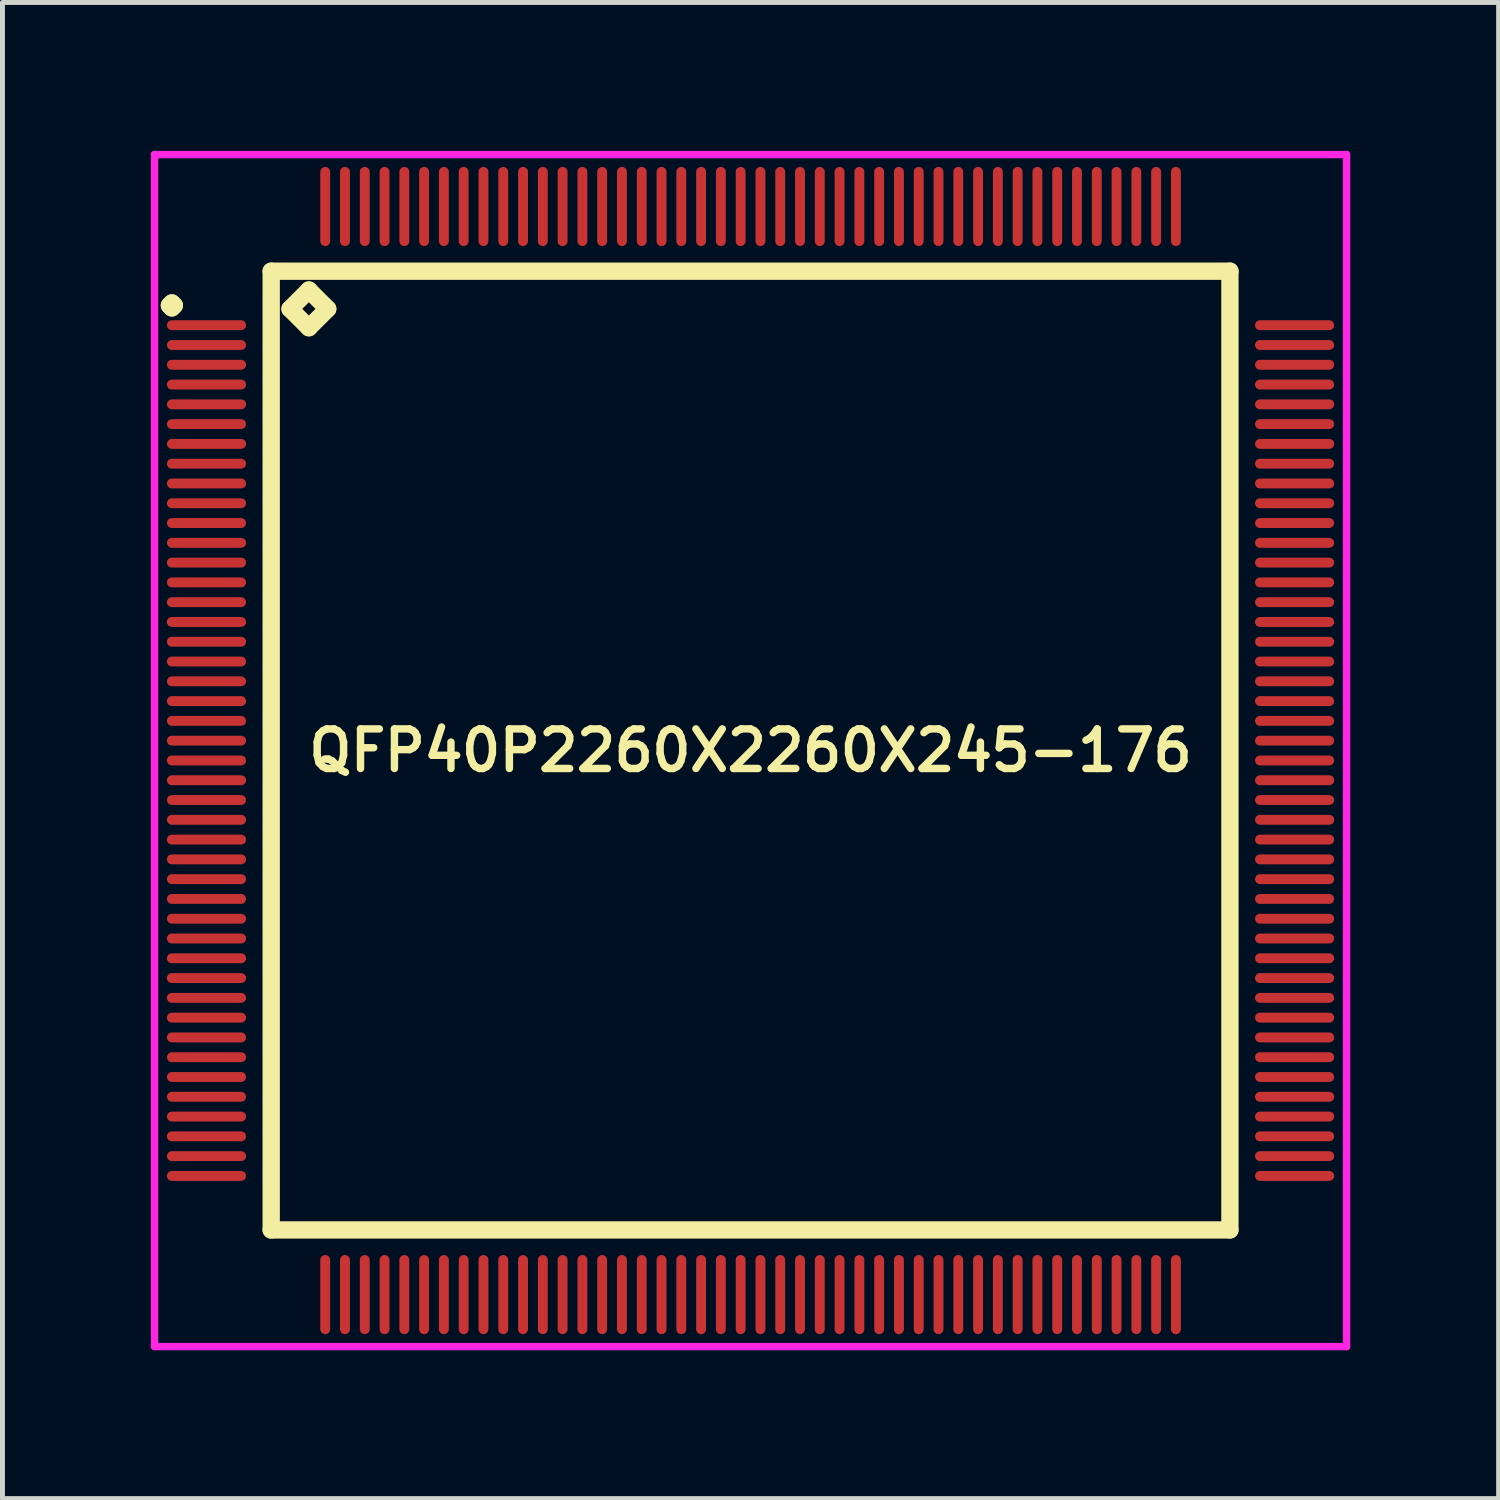
<source format=kicad_pcb>
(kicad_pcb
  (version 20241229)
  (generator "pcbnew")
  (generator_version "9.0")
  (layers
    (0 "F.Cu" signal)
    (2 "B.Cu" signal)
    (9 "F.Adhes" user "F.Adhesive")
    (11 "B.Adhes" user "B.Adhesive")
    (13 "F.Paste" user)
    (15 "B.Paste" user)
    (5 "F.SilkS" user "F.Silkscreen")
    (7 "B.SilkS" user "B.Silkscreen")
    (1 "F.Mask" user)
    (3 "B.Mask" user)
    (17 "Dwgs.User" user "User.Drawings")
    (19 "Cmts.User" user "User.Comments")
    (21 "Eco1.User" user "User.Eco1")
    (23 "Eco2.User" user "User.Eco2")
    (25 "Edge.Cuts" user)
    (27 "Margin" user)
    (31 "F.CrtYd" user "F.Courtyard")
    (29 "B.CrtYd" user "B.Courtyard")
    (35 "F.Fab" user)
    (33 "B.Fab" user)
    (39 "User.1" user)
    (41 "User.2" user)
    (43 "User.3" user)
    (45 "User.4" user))
  (footprint "QFP40P2260X2260X245-176"
    (layer "F.Cu")
    (at 12.125 12.125)
    (property "Reference" "QFP40P2260X2260X245-176" (at 0 0 0) (layer "F.SilkS") (effects (font (size 0.8 0.8) (thickness 0.15))))
    (attr smd)
    (fp_line (start -11.75 -9) (end -11.7 -9.05) (stroke (width 0.35) (type solid)) (layer "F.SilkS"))
    (fp_line (start -11.7 -9.05) (end -11.65 -9) (stroke (width 0.35) (type solid)) (layer "F.SilkS"))
    (fp_line (start -11.7 -8.95) (end -11.75 -9) (stroke (width 0.35) (type solid)) (layer "F.SilkS"))
    (fp_line (start -11.65 -9) (end -11.7 -8.95) (stroke (width 0.35) (type solid)) (layer "F.SilkS"))
    (fp_line (start -9.692 -9.692) (end -9.692 9.692) (stroke (width 0.35) (type solid)) (layer "F.SilkS"))
    (fp_line (start -9.692 9.692) (end 9.692 9.692) (stroke (width 0.35) (type solid)) (layer "F.SilkS"))
    (fp_line (start -9.311 -8.93) (end -8.93 -9.311) (stroke (width 0.35) (type solid)) (layer "F.SilkS"))
    (fp_line (start -8.93 -9.311) (end -8.549 -8.93) (stroke (width 0.35) (type solid)) (layer "F.SilkS"))
    (fp_line (start -8.93 -8.549) (end -9.311 -8.93) (stroke (width 0.35) (type solid)) (layer "F.SilkS"))
    (fp_line (start -8.549 -8.93) (end -8.93 -8.549) (stroke (width 0.35) (type solid)) (layer "F.SilkS"))
    (fp_line (start 9.692 -9.692) (end -9.692 -9.692) (stroke (width 0.35) (type solid)) (layer "F.SilkS"))
    (fp_line (start 9.692 9.692) (end 9.692 -9.692) (stroke (width 0.35) (type solid)) (layer "F.SilkS"))
    (fp_line (start -12.05 -12.05) (end 12.05 -12.05) (stroke (width 0.15) (type solid)) (layer "F.CrtYd"))
    (fp_line (start -12.05 12.05) (end -12.05 -12.05) (stroke (width 0.15) (type solid)) (layer "F.CrtYd"))
    (fp_line (start 12.05 -12.05) (end 12.05 12.05) (stroke (width 0.15) (type solid)) (layer "F.CrtYd"))
    (fp_line (start 12.05 12.05) (end -12.05 12.05) (stroke (width 0.15) (type solid)) (layer "F.CrtYd"))
    (pad "1" smd oval (at -11 -8.6) (size 1.6 0.2) (layers "F.Cu" "F.Mask" "F.Paste"))
    (pad "2" smd oval (at -11 -8.2) (size 1.6 0.2) (layers "F.Cu" "F.Mask" "F.Paste"))
    (pad "3" smd oval (at -11 -7.8) (size 1.6 0.2) (layers "F.Cu" "F.Mask" "F.Paste"))
    (pad "4" smd oval (at -11 -7.4) (size 1.6 0.2) (layers "F.Cu" "F.Mask" "F.Paste"))
    (pad "5" smd oval (at -11 -7) (size 1.6 0.2) (layers "F.Cu" "F.Mask" "F.Paste"))
    (pad "6" smd oval (at -11 -6.6) (size 1.6 0.2) (layers "F.Cu" "F.Mask" "F.Paste"))
    (pad "7" smd oval (at -11 -6.2) (size 1.6 0.2) (layers "F.Cu" "F.Mask" "F.Paste"))
    (pad "8" smd oval (at -11 -5.8) (size 1.6 0.2) (layers "F.Cu" "F.Mask" "F.Paste"))
    (pad "9" smd oval (at -11 -5.4) (size 1.6 0.2) (layers "F.Cu" "F.Mask" "F.Paste"))
    (pad "10" smd oval (at -11 -5) (size 1.6 0.2) (layers "F.Cu" "F.Mask" "F.Paste"))
    (pad "11" smd oval (at -11 -4.6) (size 1.6 0.2) (layers "F.Cu" "F.Mask" "F.Paste"))
    (pad "12" smd oval (at -11 -4.2) (size 1.6 0.2) (layers "F.Cu" "F.Mask" "F.Paste"))
    (pad "13" smd oval (at -11 -3.8) (size 1.6 0.2) (layers "F.Cu" "F.Mask" "F.Paste"))
    (pad "14" smd oval (at -11 -3.4) (size 1.6 0.2) (layers "F.Cu" "F.Mask" "F.Paste"))
    (pad "15" smd oval (at -11 -3) (size 1.6 0.2) (layers "F.Cu" "F.Mask" "F.Paste"))
    (pad "16" smd oval (at -11 -2.6) (size 1.6 0.2) (layers "F.Cu" "F.Mask" "F.Paste"))
    (pad "17" smd oval (at -11 -2.2) (size 1.6 0.2) (layers "F.Cu" "F.Mask" "F.Paste"))
    (pad "18" smd oval (at -11 -1.8) (size 1.6 0.2) (layers "F.Cu" "F.Mask" "F.Paste"))
    (pad "19" smd oval (at -11 -1.4) (size 1.6 0.2) (layers "F.Cu" "F.Mask" "F.Paste"))
    (pad "20" smd oval (at -11 -1) (size 1.6 0.2) (layers "F.Cu" "F.Mask" "F.Paste"))
    (pad "21" smd oval (at -11 -0.6) (size 1.6 0.2) (layers "F.Cu" "F.Mask" "F.Paste"))
    (pad "22" smd oval (at -11 -0.2) (size 1.6 0.2) (layers "F.Cu" "F.Mask" "F.Paste"))
    (pad "23" smd oval (at -11 0.2) (size 1.6 0.2) (layers "F.Cu" "F.Mask" "F.Paste"))
    (pad "24" smd oval (at -11 0.6) (size 1.6 0.2) (layers "F.Cu" "F.Mask" "F.Paste"))
    (pad "25" smd oval (at -11 1) (size 1.6 0.2) (layers "F.Cu" "F.Mask" "F.Paste"))
    (pad "26" smd oval (at -11 1.4) (size 1.6 0.2) (layers "F.Cu" "F.Mask" "F.Paste"))
    (pad "27" smd oval (at -11 1.8) (size 1.6 0.2) (layers "F.Cu" "F.Mask" "F.Paste"))
    (pad "28" smd oval (at -11 2.2) (size 1.6 0.2) (layers "F.Cu" "F.Mask" "F.Paste"))
    (pad "29" smd oval (at -11 2.6) (size 1.6 0.2) (layers "F.Cu" "F.Mask" "F.Paste"))
    (pad "30" smd oval (at -11 3) (size 1.6 0.2) (layers "F.Cu" "F.Mask" "F.Paste"))
    (pad "31" smd oval (at -11 3.4) (size 1.6 0.2) (layers "F.Cu" "F.Mask" "F.Paste"))
    (pad "32" smd oval (at -11 3.8) (size 1.6 0.2) (layers "F.Cu" "F.Mask" "F.Paste"))
    (pad "33" smd oval (at -11 4.2) (size 1.6 0.2) (layers "F.Cu" "F.Mask" "F.Paste"))
    (pad "34" smd oval (at -11 4.6) (size 1.6 0.2) (layers "F.Cu" "F.Mask" "F.Paste"))
    (pad "35" smd oval (at -11 5) (size 1.6 0.2) (layers "F.Cu" "F.Mask" "F.Paste"))
    (pad "36" smd oval (at -11 5.4) (size 1.6 0.2) (layers "F.Cu" "F.Mask" "F.Paste"))
    (pad "37" smd oval (at -11 5.8) (size 1.6 0.2) (layers "F.Cu" "F.Mask" "F.Paste"))
    (pad "38" smd oval (at -11 6.2) (size 1.6 0.2) (layers "F.Cu" "F.Mask" "F.Paste"))
    (pad "39" smd oval (at -11 6.6) (size 1.6 0.2) (layers "F.Cu" "F.Mask" "F.Paste"))
    (pad "40" smd oval (at -11 7) (size 1.6 0.2) (layers "F.Cu" "F.Mask" "F.Paste"))
    (pad "41" smd oval (at -11 7.4) (size 1.6 0.2) (layers "F.Cu" "F.Mask" "F.Paste"))
    (pad "42" smd oval (at -11 7.8) (size 1.6 0.2) (layers "F.Cu" "F.Mask" "F.Paste"))
    (pad "43" smd oval (at -11 8.2) (size 1.6 0.2) (layers "F.Cu" "F.Mask" "F.Paste"))
    (pad "44" smd oval (at -11 8.6) (size 1.6 0.2) (layers "F.Cu" "F.Mask" "F.Paste"))
    (pad "45" smd oval (at -8.6 11) (size 0.2 1.6) (layers "F.Cu" "F.Mask" "F.Paste"))
    (pad "46" smd oval (at -8.2 11) (size 0.2 1.6) (layers "F.Cu" "F.Mask" "F.Paste"))
    (pad "47" smd oval (at -7.8 11) (size 0.2 1.6) (layers "F.Cu" "F.Mask" "F.Paste"))
    (pad "48" smd oval (at -7.4 11) (size 0.2 1.6) (layers "F.Cu" "F.Mask" "F.Paste"))
    (pad "49" smd oval (at -7 11) (size 0.2 1.6) (layers "F.Cu" "F.Mask" "F.Paste"))
    (pad "50" smd oval (at -6.6 11) (size 0.2 1.6) (layers "F.Cu" "F.Mask" "F.Paste"))
    (pad "51" smd oval (at -6.2 11) (size 0.2 1.6) (layers "F.Cu" "F.Mask" "F.Paste"))
    (pad "52" smd oval (at -5.8 11) (size 0.2 1.6) (layers "F.Cu" "F.Mask" "F.Paste"))
    (pad "53" smd oval (at -5.4 11) (size 0.2 1.6) (layers "F.Cu" "F.Mask" "F.Paste"))
    (pad "54" smd oval (at -5 11) (size 0.2 1.6) (layers "F.Cu" "F.Mask" "F.Paste"))
    (pad "55" smd oval (at -4.6 11) (size 0.2 1.6) (layers "F.Cu" "F.Mask" "F.Paste"))
    (pad "56" smd oval (at -4.2 11) (size 0.2 1.6) (layers "F.Cu" "F.Mask" "F.Paste"))
    (pad "57" smd oval (at -3.8 11) (size 0.2 1.6) (layers "F.Cu" "F.Mask" "F.Paste"))
    (pad "58" smd oval (at -3.4 11) (size 0.2 1.6) (layers "F.Cu" "F.Mask" "F.Paste"))
    (pad "59" smd oval (at -3 11) (size 0.2 1.6) (layers "F.Cu" "F.Mask" "F.Paste"))
    (pad "60" smd oval (at -2.6 11) (size 0.2 1.6) (layers "F.Cu" "F.Mask" "F.Paste"))
    (pad "61" smd oval (at -2.2 11) (size 0.2 1.6) (layers "F.Cu" "F.Mask" "F.Paste"))
    (pad "62" smd oval (at -1.8 11) (size 0.2 1.6) (layers "F.Cu" "F.Mask" "F.Paste"))
    (pad "63" smd oval (at -1.4 11) (size 0.2 1.6) (layers "F.Cu" "F.Mask" "F.Paste"))
    (pad "64" smd oval (at -1 11) (size 0.2 1.6) (layers "F.Cu" "F.Mask" "F.Paste"))
    (pad "65" smd oval (at -0.6 11) (size 0.2 1.6) (layers "F.Cu" "F.Mask" "F.Paste"))
    (pad "66" smd oval (at -0.2 11) (size 0.2 1.6) (layers "F.Cu" "F.Mask" "F.Paste"))
    (pad "67" smd oval (at 0.2 11) (size 0.2 1.6) (layers "F.Cu" "F.Mask" "F.Paste"))
    (pad "68" smd oval (at 0.6 11) (size 0.2 1.6) (layers "F.Cu" "F.Mask" "F.Paste"))
    (pad "69" smd oval (at 1 11) (size 0.2 1.6) (layers "F.Cu" "F.Mask" "F.Paste"))
    (pad "70" smd oval (at 1.4 11) (size 0.2 1.6) (layers "F.Cu" "F.Mask" "F.Paste"))
    (pad "71" smd oval (at 1.8 11) (size 0.2 1.6) (layers "F.Cu" "F.Mask" "F.Paste"))
    (pad "72" smd oval (at 2.2 11) (size 0.2 1.6) (layers "F.Cu" "F.Mask" "F.Paste"))
    (pad "73" smd oval (at 2.6 11) (size 0.2 1.6) (layers "F.Cu" "F.Mask" "F.Paste"))
    (pad "74" smd oval (at 3 11) (size 0.2 1.6) (layers "F.Cu" "F.Mask" "F.Paste"))
    (pad "75" smd oval (at 3.4 11) (size 0.2 1.6) (layers "F.Cu" "F.Mask" "F.Paste"))
    (pad "76" smd oval (at 3.8 11) (size 0.2 1.6) (layers "F.Cu" "F.Mask" "F.Paste"))
    (pad "77" smd oval (at 4.2 11) (size 0.2 1.6) (layers "F.Cu" "F.Mask" "F.Paste"))
    (pad "78" smd oval (at 4.6 11) (size 0.2 1.6) (layers "F.Cu" "F.Mask" "F.Paste"))
    (pad "79" smd oval (at 5 11) (size 0.2 1.6) (layers "F.Cu" "F.Mask" "F.Paste"))
    (pad "80" smd oval (at 5.4 11) (size 0.2 1.6) (layers "F.Cu" "F.Mask" "F.Paste"))
    (pad "81" smd oval (at 5.8 11) (size 0.2 1.6) (layers "F.Cu" "F.Mask" "F.Paste"))
    (pad "82" smd oval (at 6.2 11) (size 0.2 1.6) (layers "F.Cu" "F.Mask" "F.Paste"))
    (pad "83" smd oval (at 6.6 11) (size 0.2 1.6) (layers "F.Cu" "F.Mask" "F.Paste"))
    (pad "84" smd oval (at 7 11) (size 0.2 1.6) (layers "F.Cu" "F.Mask" "F.Paste"))
    (pad "85" smd oval (at 7.4 11) (size 0.2 1.6) (layers "F.Cu" "F.Mask" "F.Paste"))
    (pad "86" smd oval (at 7.8 11) (size 0.2 1.6) (layers "F.Cu" "F.Mask" "F.Paste"))
    (pad "87" smd oval (at 8.2 11) (size 0.2 1.6) (layers "F.Cu" "F.Mask" "F.Paste"))
    (pad "88" smd oval (at 8.6 11) (size 0.2 1.6) (layers "F.Cu" "F.Mask" "F.Paste"))
    (pad "89" smd oval (at 11 8.6) (size 1.6 0.2) (layers "F.Cu" "F.Mask" "F.Paste"))
    (pad "90" smd oval (at 11 8.2) (size 1.6 0.2) (layers "F.Cu" "F.Mask" "F.Paste"))
    (pad "91" smd oval (at 11 7.8) (size 1.6 0.2) (layers "F.Cu" "F.Mask" "F.Paste"))
    (pad "92" smd oval (at 11 7.4) (size 1.6 0.2) (layers "F.Cu" "F.Mask" "F.Paste"))
    (pad "93" smd oval (at 11 7) (size 1.6 0.2) (layers "F.Cu" "F.Mask" "F.Paste"))
    (pad "94" smd oval (at 11 6.6) (size 1.6 0.2) (layers "F.Cu" "F.Mask" "F.Paste"))
    (pad "95" smd oval (at 11 6.2) (size 1.6 0.2) (layers "F.Cu" "F.Mask" "F.Paste"))
    (pad "96" smd oval (at 11 5.8) (size 1.6 0.2) (layers "F.Cu" "F.Mask" "F.Paste"))
    (pad "97" smd oval (at 11 5.4) (size 1.6 0.2) (layers "F.Cu" "F.Mask" "F.Paste"))
    (pad "98" smd oval (at 11 5) (size 1.6 0.2) (layers "F.Cu" "F.Mask" "F.Paste"))
    (pad "99" smd oval (at 11 4.6) (size 1.6 0.2) (layers "F.Cu" "F.Mask" "F.Paste"))
    (pad "100" smd oval (at 11 4.2) (size 1.6 0.2) (layers "F.Cu" "F.Mask" "F.Paste"))
    (pad "101" smd oval (at 11 3.8) (size 1.6 0.2) (layers "F.Cu" "F.Mask" "F.Paste"))
    (pad "102" smd oval (at 11 3.4) (size 1.6 0.2) (layers "F.Cu" "F.Mask" "F.Paste"))
    (pad "103" smd oval (at 11 3) (size 1.6 0.2) (layers "F.Cu" "F.Mask" "F.Paste"))
    (pad "104" smd oval (at 11 2.6) (size 1.6 0.2) (layers "F.Cu" "F.Mask" "F.Paste"))
    (pad "105" smd oval (at 11 2.2) (size 1.6 0.2) (layers "F.Cu" "F.Mask" "F.Paste"))
    (pad "106" smd oval (at 11 1.8) (size 1.6 0.2) (layers "F.Cu" "F.Mask" "F.Paste"))
    (pad "107" smd oval (at 11 1.4) (size 1.6 0.2) (layers "F.Cu" "F.Mask" "F.Paste"))
    (pad "108" smd oval (at 11 1) (size 1.6 0.2) (layers "F.Cu" "F.Mask" "F.Paste"))
    (pad "109" smd oval (at 11 0.6) (size 1.6 0.2) (layers "F.Cu" "F.Mask" "F.Paste"))
    (pad "110" smd oval (at 11 0.2) (size 1.6 0.2) (layers "F.Cu" "F.Mask" "F.Paste"))
    (pad "111" smd oval (at 11 -0.2) (size 1.6 0.2) (layers "F.Cu" "F.Mask" "F.Paste"))
    (pad "112" smd oval (at 11 -0.6) (size 1.6 0.2) (layers "F.Cu" "F.Mask" "F.Paste"))
    (pad "113" smd oval (at 11 -1) (size 1.6 0.2) (layers "F.Cu" "F.Mask" "F.Paste"))
    (pad "114" smd oval (at 11 -1.4) (size 1.6 0.2) (layers "F.Cu" "F.Mask" "F.Paste"))
    (pad "115" smd oval (at 11 -1.8) (size 1.6 0.2) (layers "F.Cu" "F.Mask" "F.Paste"))
    (pad "116" smd oval (at 11 -2.2) (size 1.6 0.2) (layers "F.Cu" "F.Mask" "F.Paste"))
    (pad "117" smd oval (at 11 -2.6) (size 1.6 0.2) (layers "F.Cu" "F.Mask" "F.Paste"))
    (pad "118" smd oval (at 11 -3) (size 1.6 0.2) (layers "F.Cu" "F.Mask" "F.Paste"))
    (pad "119" smd oval (at 11 -3.4) (size 1.6 0.2) (layers "F.Cu" "F.Mask" "F.Paste"))
    (pad "120" smd oval (at 11 -3.8) (size 1.6 0.2) (layers "F.Cu" "F.Mask" "F.Paste"))
    (pad "121" smd oval (at 11 -4.2) (size 1.6 0.2) (layers "F.Cu" "F.Mask" "F.Paste"))
    (pad "122" smd oval (at 11 -4.6) (size 1.6 0.2) (layers "F.Cu" "F.Mask" "F.Paste"))
    (pad "123" smd oval (at 11 -5) (size 1.6 0.2) (layers "F.Cu" "F.Mask" "F.Paste"))
    (pad "124" smd oval (at 11 -5.4) (size 1.6 0.2) (layers "F.Cu" "F.Mask" "F.Paste"))
    (pad "125" smd oval (at 11 -5.8) (size 1.6 0.2) (layers "F.Cu" "F.Mask" "F.Paste"))
    (pad "126" smd oval (at 11 -6.2) (size 1.6 0.2) (layers "F.Cu" "F.Mask" "F.Paste"))
    (pad "127" smd oval (at 11 -6.6) (size 1.6 0.2) (layers "F.Cu" "F.Mask" "F.Paste"))
    (pad "128" smd oval (at 11 -7) (size 1.6 0.2) (layers "F.Cu" "F.Mask" "F.Paste"))
    (pad "129" smd oval (at 11 -7.4) (size 1.6 0.2) (layers "F.Cu" "F.Mask" "F.Paste"))
    (pad "130" smd oval (at 11 -7.8) (size 1.6 0.2) (layers "F.Cu" "F.Mask" "F.Paste"))
    (pad "131" smd oval (at 11 -8.2) (size 1.6 0.2) (layers "F.Cu" "F.Mask" "F.Paste"))
    (pad "132" smd oval (at 11 -8.6) (size 1.6 0.2) (layers "F.Cu" "F.Mask" "F.Paste"))
    (pad "133" smd oval (at 8.6 -11) (size 0.2 1.6) (layers "F.Cu" "F.Mask" "F.Paste"))
    (pad "134" smd oval (at 8.2 -11) (size 0.2 1.6) (layers "F.Cu" "F.Mask" "F.Paste"))
    (pad "135" smd oval (at 7.8 -11) (size 0.2 1.6) (layers "F.Cu" "F.Mask" "F.Paste"))
    (pad "136" smd oval (at 7.4 -11) (size 0.2 1.6) (layers "F.Cu" "F.Mask" "F.Paste"))
    (pad "137" smd oval (at 7 -11) (size 0.2 1.6) (layers "F.Cu" "F.Mask" "F.Paste"))
    (pad "138" smd oval (at 6.6 -11) (size 0.2 1.6) (layers "F.Cu" "F.Mask" "F.Paste"))
    (pad "139" smd oval (at 6.2 -11) (size 0.2 1.6) (layers "F.Cu" "F.Mask" "F.Paste"))
    (pad "140" smd oval (at 5.8 -11) (size 0.2 1.6) (layers "F.Cu" "F.Mask" "F.Paste"))
    (pad "141" smd oval (at 5.4 -11) (size 0.2 1.6) (layers "F.Cu" "F.Mask" "F.Paste"))
    (pad "142" smd oval (at 5 -11) (size 0.2 1.6) (layers "F.Cu" "F.Mask" "F.Paste"))
    (pad "143" smd oval (at 4.6 -11) (size 0.2 1.6) (layers "F.Cu" "F.Mask" "F.Paste"))
    (pad "144" smd oval (at 4.2 -11) (size 0.2 1.6) (layers "F.Cu" "F.Mask" "F.Paste"))
    (pad "145" smd oval (at 3.8 -11) (size 0.2 1.6) (layers "F.Cu" "F.Mask" "F.Paste"))
    (pad "146" smd oval (at 3.4 -11) (size 0.2 1.6) (layers "F.Cu" "F.Mask" "F.Paste"))
    (pad "147" smd oval (at 3 -11) (size 0.2 1.6) (layers "F.Cu" "F.Mask" "F.Paste"))
    (pad "148" smd oval (at 2.6 -11) (size 0.2 1.6) (layers "F.Cu" "F.Mask" "F.Paste"))
    (pad "149" smd oval (at 2.2 -11) (size 0.2 1.6) (layers "F.Cu" "F.Mask" "F.Paste"))
    (pad "150" smd oval (at 1.8 -11) (size 0.2 1.6) (layers "F.Cu" "F.Mask" "F.Paste"))
    (pad "151" smd oval (at 1.4 -11) (size 0.2 1.6) (layers "F.Cu" "F.Mask" "F.Paste"))
    (pad "152" smd oval (at 1 -11) (size 0.2 1.6) (layers "F.Cu" "F.Mask" "F.Paste"))
    (pad "153" smd oval (at 0.6 -11) (size 0.2 1.6) (layers "F.Cu" "F.Mask" "F.Paste"))
    (pad "154" smd oval (at 0.2 -11) (size 0.2 1.6) (layers "F.Cu" "F.Mask" "F.Paste"))
    (pad "155" smd oval (at -0.2 -11) (size 0.2 1.6) (layers "F.Cu" "F.Mask" "F.Paste"))
    (pad "156" smd oval (at -0.6 -11) (size 0.2 1.6) (layers "F.Cu" "F.Mask" "F.Paste"))
    (pad "157" smd oval (at -1 -11) (size 0.2 1.6) (layers "F.Cu" "F.Mask" "F.Paste"))
    (pad "158" smd oval (at -1.4 -11) (size 0.2 1.6) (layers "F.Cu" "F.Mask" "F.Paste"))
    (pad "159" smd oval (at -1.8 -11) (size 0.2 1.6) (layers "F.Cu" "F.Mask" "F.Paste"))
    (pad "160" smd oval (at -2.2 -11) (size 0.2 1.6) (layers "F.Cu" "F.Mask" "F.Paste"))
    (pad "161" smd oval (at -2.6 -11) (size 0.2 1.6) (layers "F.Cu" "F.Mask" "F.Paste"))
    (pad "162" smd oval (at -3 -11) (size 0.2 1.6) (layers "F.Cu" "F.Mask" "F.Paste"))
    (pad "163" smd oval (at -3.4 -11) (size 0.2 1.6) (layers "F.Cu" "F.Mask" "F.Paste"))
    (pad "164" smd oval (at -3.8 -11) (size 0.2 1.6) (layers "F.Cu" "F.Mask" "F.Paste"))
    (pad "165" smd oval (at -4.2 -11) (size 0.2 1.6) (layers "F.Cu" "F.Mask" "F.Paste"))
    (pad "166" smd oval (at -4.6 -11) (size 0.2 1.6) (layers "F.Cu" "F.Mask" "F.Paste"))
    (pad "167" smd oval (at -5 -11) (size 0.2 1.6) (layers "F.Cu" "F.Mask" "F.Paste"))
    (pad "168" smd oval (at -5.4 -11) (size 0.2 1.6) (layers "F.Cu" "F.Mask" "F.Paste"))
    (pad "169" smd oval (at -5.8 -11) (size 0.2 1.6) (layers "F.Cu" "F.Mask" "F.Paste"))
    (pad "170" smd oval (at -6.2 -11) (size 0.2 1.6) (layers "F.Cu" "F.Mask" "F.Paste"))
    (pad "171" smd oval (at -6.6 -11) (size 0.2 1.6) (layers "F.Cu" "F.Mask" "F.Paste"))
    (pad "172" smd oval (at -7 -11) (size 0.2 1.6) (layers "F.Cu" "F.Mask" "F.Paste"))
    (pad "173" smd oval (at -7.4 -11) (size 0.2 1.6) (layers "F.Cu" "F.Mask" "F.Paste"))
    (pad "174" smd oval (at -7.8 -11) (size 0.2 1.6) (layers "F.Cu" "F.Mask" "F.Paste"))
    (pad "175" smd oval (at -8.2 -11) (size 0.2 1.6) (layers "F.Cu" "F.Mask" "F.Paste"))
    (pad "176" smd oval (at -8.6 -11) (size 0.2 1.6) (layers "F.Cu" "F.Mask" "F.Paste")))
  (gr_rect
    (start -3 -3)
    (end 27.25 27.25)
    (stroke (width 0.1) (type default))
    (fill no)
    (layer "Edge.Cuts")))
</source>
